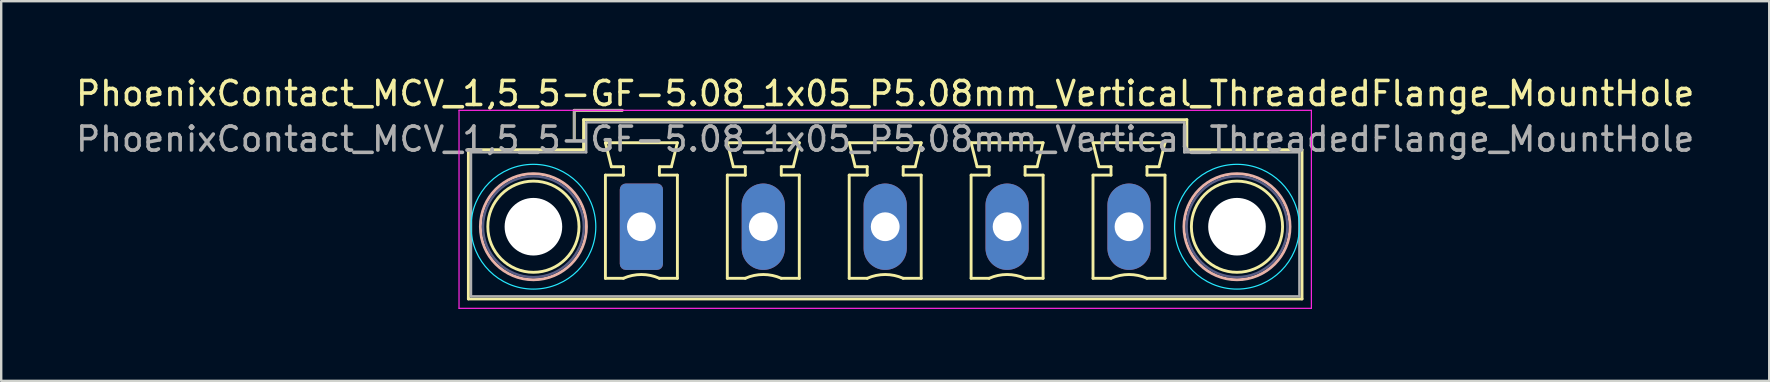
<source format=kicad_pcb>
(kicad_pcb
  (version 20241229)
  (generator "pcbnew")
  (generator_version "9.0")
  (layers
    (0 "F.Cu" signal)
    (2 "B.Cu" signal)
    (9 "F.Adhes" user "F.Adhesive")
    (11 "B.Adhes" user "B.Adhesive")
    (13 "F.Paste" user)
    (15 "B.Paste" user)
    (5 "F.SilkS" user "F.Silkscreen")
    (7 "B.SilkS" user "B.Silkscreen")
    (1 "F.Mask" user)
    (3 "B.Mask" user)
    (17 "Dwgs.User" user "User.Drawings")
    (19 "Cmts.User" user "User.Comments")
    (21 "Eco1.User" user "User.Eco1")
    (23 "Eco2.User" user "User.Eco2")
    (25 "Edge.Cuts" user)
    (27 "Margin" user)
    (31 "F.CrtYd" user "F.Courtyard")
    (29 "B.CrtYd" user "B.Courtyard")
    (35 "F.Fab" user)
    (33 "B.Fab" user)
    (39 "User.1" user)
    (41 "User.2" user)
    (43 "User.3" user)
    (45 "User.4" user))
  (footprint "PhoenixContact_MCV_1,5_5-GF-5.08_1x05_P5.08mm_Vertical_ThreadedFlange_MountHole"
    (layer "F.Cu")
    (at 23.679 6.398)
    (property "Reference" "PhoenixContact_MCV_1,5_5-GF-5.08_1x05_P5.08mm_Vertical_ThreadedFlange_MountHole" (at 10.16 -5.55 0) (layer "F.SilkS") (effects (font (size 1 1) (thickness 0.15))))
    (attr through_hole)
    (fp_line (start -7.21 -3.21) (end -7.21 3.01) (stroke (width 0.12) (type solid)) (layer "F.SilkS"))
    (fp_line (start -7.21 3.01) (end 27.53 3.01) (stroke (width 0.12) (type solid)) (layer "F.SilkS"))
    (fp_line (start -2.8 -4.85) (end -0.8 -4.85) (stroke (width 0.12) (type solid)) (layer "F.SilkS"))
    (fp_line (start -2.8 -3.6) (end -2.8 -4.85) (stroke (width 0.12) (type solid)) (layer "F.SilkS"))
    (fp_line (start -2.41 -4.46) (end -2.41 -3.21) (stroke (width 0.12) (type solid)) (layer "F.SilkS"))
    (fp_line (start -2.41 -3.21) (end -7.21 -3.21) (stroke (width 0.12) (type solid)) (layer "F.SilkS"))
    (fp_line (start -1.5 -3.5) (end 1.5 -3.5) (stroke (width 0.12) (type solid)) (layer "F.SilkS"))
    (fp_line (start -1.5 -2.15) (end -0.75 -2.15) (stroke (width 0.12) (type solid)) (layer "F.SilkS"))
    (fp_line (start -1.5 2.15) (end -1.5 -2.15) (stroke (width 0.12) (type solid)) (layer "F.SilkS"))
    (fp_line (start -1.25 -2.5) (end -1.5 -3.5) (stroke (width 0.12) (type solid)) (layer "F.SilkS"))
    (fp_line (start -0.75 -2.5) (end -1.25 -2.5) (stroke (width 0.12) (type solid)) (layer "F.SilkS"))
    (fp_line (start -0.75 -2.15) (end -0.75 -2.5) (stroke (width 0.12) (type solid)) (layer "F.SilkS"))
    (fp_line (start -0.75 2.15) (end -1.5 2.15) (stroke (width 0.12) (type solid)) (layer "F.SilkS"))
    (fp_line (start 0.75 -2.5) (end 0.75 -2.15) (stroke (width 0.12) (type solid)) (layer "F.SilkS"))
    (fp_line (start 0.75 -2.15) (end 1.5 -2.15) (stroke (width 0.12) (type solid)) (layer "F.SilkS"))
    (fp_line (start 1.25 -2.5) (end 0.75 -2.5) (stroke (width 0.12) (type solid)) (layer "F.SilkS"))
    (fp_line (start 1.5 -3.5) (end 1.25 -2.5) (stroke (width 0.12) (type solid)) (layer "F.SilkS"))
    (fp_line (start 1.5 -2.15) (end 1.5 2.15) (stroke (width 0.12) (type solid)) (layer "F.SilkS"))
    (fp_line (start 1.5 2.15) (end 0.75 2.15) (stroke (width 0.12) (type solid)) (layer "F.SilkS"))
    (fp_line (start 3.58 -3.5) (end 6.58 -3.5) (stroke (width 0.12) (type solid)) (layer "F.SilkS"))
    (fp_line (start 3.58 -2.15) (end 4.33 -2.15) (stroke (width 0.12) (type solid)) (layer "F.SilkS"))
    (fp_line (start 3.58 2.15) (end 3.58 -2.15) (stroke (width 0.12) (type solid)) (layer "F.SilkS"))
    (fp_line (start 3.83 -2.5) (end 3.58 -3.5) (stroke (width 0.12) (type solid)) (layer "F.SilkS"))
    (fp_line (start 4.33 -2.5) (end 3.83 -2.5) (stroke (width 0.12) (type solid)) (layer "F.SilkS"))
    (fp_line (start 4.33 -2.15) (end 4.33 -2.5) (stroke (width 0.12) (type solid)) (layer "F.SilkS"))
    (fp_line (start 4.33 2.15) (end 3.58 2.15) (stroke (width 0.12) (type solid)) (layer "F.SilkS"))
    (fp_line (start 5.83 -2.5) (end 5.83 -2.15) (stroke (width 0.12) (type solid)) (layer "F.SilkS"))
    (fp_line (start 5.83 -2.15) (end 6.58 -2.15) (stroke (width 0.12) (type solid)) (layer "F.SilkS"))
    (fp_line (start 6.33 -2.5) (end 5.83 -2.5) (stroke (width 0.12) (type solid)) (layer "F.SilkS"))
    (fp_line (start 6.58 -3.5) (end 6.33 -2.5) (stroke (width 0.12) (type solid)) (layer "F.SilkS"))
    (fp_line (start 6.58 -2.15) (end 6.58 2.15) (stroke (width 0.12) (type solid)) (layer "F.SilkS"))
    (fp_line (start 6.58 2.15) (end 5.83 2.15) (stroke (width 0.12) (type solid)) (layer "F.SilkS"))
    (fp_line (start 8.66 -3.5) (end 11.66 -3.5) (stroke (width 0.12) (type solid)) (layer "F.SilkS"))
    (fp_line (start 8.66 -2.15) (end 9.41 -2.15) (stroke (width 0.12) (type solid)) (layer "F.SilkS"))
    (fp_line (start 8.66 2.15) (end 8.66 -2.15) (stroke (width 0.12) (type solid)) (layer "F.SilkS"))
    (fp_line (start 8.91 -2.5) (end 8.66 -3.5) (stroke (width 0.12) (type solid)) (layer "F.SilkS"))
    (fp_line (start 9.41 -2.5) (end 8.91 -2.5) (stroke (width 0.12) (type solid)) (layer "F.SilkS"))
    (fp_line (start 9.41 -2.15) (end 9.41 -2.5) (stroke (width 0.12) (type solid)) (layer "F.SilkS"))
    (fp_line (start 9.41 2.15) (end 8.66 2.15) (stroke (width 0.12) (type solid)) (layer "F.SilkS"))
    (fp_line (start 10.91 -2.5) (end 10.91 -2.15) (stroke (width 0.12) (type solid)) (layer "F.SilkS"))
    (fp_line (start 10.91 -2.15) (end 11.66 -2.15) (stroke (width 0.12) (type solid)) (layer "F.SilkS"))
    (fp_line (start 11.41 -2.5) (end 10.91 -2.5) (stroke (width 0.12) (type solid)) (layer "F.SilkS"))
    (fp_line (start 11.66 -3.5) (end 11.41 -2.5) (stroke (width 0.12) (type solid)) (layer "F.SilkS"))
    (fp_line (start 11.66 -2.15) (end 11.66 2.15) (stroke (width 0.12) (type solid)) (layer "F.SilkS"))
    (fp_line (start 11.66 2.15) (end 10.91 2.15) (stroke (width 0.12) (type solid)) (layer "F.SilkS"))
    (fp_line (start 13.74 -3.5) (end 16.74 -3.5) (stroke (width 0.12) (type solid)) (layer "F.SilkS"))
    (fp_line (start 13.74 -2.15) (end 14.49 -2.15) (stroke (width 0.12) (type solid)) (layer "F.SilkS"))
    (fp_line (start 13.74 2.15) (end 13.74 -2.15) (stroke (width 0.12) (type solid)) (layer "F.SilkS"))
    (fp_line (start 13.99 -2.5) (end 13.74 -3.5) (stroke (width 0.12) (type solid)) (layer "F.SilkS"))
    (fp_line (start 14.49 -2.5) (end 13.99 -2.5) (stroke (width 0.12) (type solid)) (layer "F.SilkS"))
    (fp_line (start 14.49 -2.15) (end 14.49 -2.5) (stroke (width 0.12) (type solid)) (layer "F.SilkS"))
    (fp_line (start 14.49 2.15) (end 13.74 2.15) (stroke (width 0.12) (type solid)) (layer "F.SilkS"))
    (fp_line (start 15.99 -2.5) (end 15.99 -2.15) (stroke (width 0.12) (type solid)) (layer "F.SilkS"))
    (fp_line (start 15.99 -2.15) (end 16.74 -2.15) (stroke (width 0.12) (type solid)) (layer "F.SilkS"))
    (fp_line (start 16.49 -2.5) (end 15.99 -2.5) (stroke (width 0.12) (type solid)) (layer "F.SilkS"))
    (fp_line (start 16.74 -3.5) (end 16.49 -2.5) (stroke (width 0.12) (type solid)) (layer "F.SilkS"))
    (fp_line (start 16.74 -2.15) (end 16.74 2.15) (stroke (width 0.12) (type solid)) (layer "F.SilkS"))
    (fp_line (start 16.74 2.15) (end 15.99 2.15) (stroke (width 0.12) (type solid)) (layer "F.SilkS"))
    (fp_line (start 18.82 -3.5) (end 21.82 -3.5) (stroke (width 0.12) (type solid)) (layer "F.SilkS"))
    (fp_line (start 18.82 -2.15) (end 19.57 -2.15) (stroke (width 0.12) (type solid)) (layer "F.SilkS"))
    (fp_line (start 18.82 2.15) (end 18.82 -2.15) (stroke (width 0.12) (type solid)) (layer "F.SilkS"))
    (fp_line (start 19.07 -2.5) (end 18.82 -3.5) (stroke (width 0.12) (type solid)) (layer "F.SilkS"))
    (fp_line (start 19.57 -2.5) (end 19.07 -2.5) (stroke (width 0.12) (type solid)) (layer "F.SilkS"))
    (fp_line (start 19.57 -2.15) (end 19.57 -2.5) (stroke (width 0.12) (type solid)) (layer "F.SilkS"))
    (fp_line (start 19.57 2.15) (end 18.82 2.15) (stroke (width 0.12) (type solid)) (layer "F.SilkS"))
    (fp_line (start 21.07 -2.5) (end 21.07 -2.15) (stroke (width 0.12) (type solid)) (layer "F.SilkS"))
    (fp_line (start 21.07 -2.15) (end 21.82 -2.15) (stroke (width 0.12) (type solid)) (layer "F.SilkS"))
    (fp_line (start 21.57 -2.5) (end 21.07 -2.5) (stroke (width 0.12) (type solid)) (layer "F.SilkS"))
    (fp_line (start 21.82 -3.5) (end 21.57 -2.5) (stroke (width 0.12) (type solid)) (layer "F.SilkS"))
    (fp_line (start 21.82 -2.15) (end 21.82 2.15) (stroke (width 0.12) (type solid)) (layer "F.SilkS"))
    (fp_line (start 21.82 2.15) (end 21.07 2.15) (stroke (width 0.12) (type solid)) (layer "F.SilkS"))
    (fp_line (start 22.73 -4.46) (end -2.41 -4.46) (stroke (width 0.12) (type solid)) (layer "F.SilkS"))
    (fp_line (start 22.73 -3.21) (end 22.73 -4.46) (stroke (width 0.12) (type solid)) (layer "F.SilkS"))
    (fp_line (start 27.53 -3.21) (end 22.73 -3.21) (stroke (width 0.12) (type solid)) (layer "F.SilkS"))
    (fp_line (start 27.53 3.01) (end 27.53 -3.21) (stroke (width 0.12) (type solid)) (layer "F.SilkS"))
    (fp_arc (start -0.75 2.15) (mid -0.000193 1.99191) (end 0.749647 2.149844) (stroke (width 0.12) (type solid)) (layer "F.SilkS"))
    (fp_arc (start 4.33 2.15) (mid 5.079807 1.99191) (end 5.829647 2.149844) (stroke (width 0.12) (type solid)) (layer "F.SilkS"))
    (fp_arc (start 9.41 2.15) (mid 10.159807 1.99191) (end 10.909647 2.149844) (stroke (width 0.12) (type solid)) (layer "F.SilkS"))
    (fp_arc (start 14.49 2.15) (mid 15.239807 1.99191) (end 15.989647 2.149844) (stroke (width 0.12) (type solid)) (layer "F.SilkS"))
    (fp_arc (start 19.57 2.15) (mid 20.319807 1.99191) (end 21.069647 2.149844) (stroke (width 0.12) (type solid)) (layer "F.SilkS"))
    (fp_circle (center -4.5 0) (end -2.6 0) (stroke (width 0.12) (type solid)) (fill no) (layer "F.SilkS"))
    (fp_circle (center 24.82 0) (end 26.72 0) (stroke (width 0.12) (type solid)) (fill no) (layer "F.SilkS"))
    (fp_circle (center -4.5 0) (end -2.29 0) (stroke (width 0.12) (type solid)) (fill no) (layer "B.SilkS"))
    (fp_circle (center 24.82 0) (end 27.03 0) (stroke (width 0.12) (type solid)) (fill no) (layer "B.SilkS"))
    (fp_circle (center -4.5 0) (end -1.9 0) (stroke (width 0.05) (type solid)) (fill no) (layer "B.CrtYd"))
    (fp_circle (center 24.82 0) (end 27.42 0) (stroke (width 0.05) (type solid)) (fill no) (layer "B.CrtYd"))
    (fp_line (start -7.6 -4.85) (end -7.6 3.4) (stroke (width 0.05) (type solid)) (layer "F.CrtYd"))
    (fp_line (start -7.6 3.4) (end 27.92 3.4) (stroke (width 0.05) (type solid)) (layer "F.CrtYd"))
    (fp_line (start 27.92 -4.85) (end -7.6 -4.85) (stroke (width 0.05) (type solid)) (layer "F.CrtYd"))
    (fp_line (start 27.92 3.4) (end 27.92 -4.85) (stroke (width 0.05) (type solid)) (layer "F.CrtYd"))
    (fp_circle (center -4.5 0) (end -2.4 0) (stroke (width 0.1) (type solid)) (fill no) (layer "B.Fab"))
    (fp_circle (center 24.82 0) (end 26.92 0) (stroke (width 0.1) (type solid)) (fill no) (layer "B.Fab"))
    (fp_line (start -7.1 -3.1) (end -7.1 2.9) (stroke (width 0.1) (type solid)) (layer "F.Fab"))
    (fp_line (start -7.1 2.9) (end 27.42 2.9) (stroke (width 0.1) (type solid)) (layer "F.Fab"))
    (fp_line (start -2.8 -4.85) (end -0.8 -4.85) (stroke (width 0.1) (type solid)) (layer "F.Fab"))
    (fp_line (start -2.8 -3.6) (end -2.8 -4.85) (stroke (width 0.1) (type solid)) (layer "F.Fab"))
    (fp_line (start -2.3 -4.35) (end -2.3 -3.1) (stroke (width 0.1) (type solid)) (layer "F.Fab"))
    (fp_line (start -2.3 -3.1) (end -7.1 -3.1) (stroke (width 0.1) (type solid)) (layer "F.Fab"))
    (fp_line (start 22.62 -4.35) (end -2.3 -4.35) (stroke (width 0.1) (type solid)) (layer "F.Fab"))
    (fp_line (start 22.62 -3.1) (end 22.62 -4.35) (stroke (width 0.1) (type solid)) (layer "F.Fab"))
    (fp_line (start 27.42 -3.1) (end 22.62 -3.1) (stroke (width 0.1) (type solid)) (layer "F.Fab"))
    (fp_line (start 27.42 2.9) (end 27.42 -3.1) (stroke (width 0.1) (type solid)) (layer "F.Fab"))
    (fp_text user "${REFERENCE}" (at 10.16 -3.65 0) (layer "F.Fab") (effects (font (size 1 1) (thickness 0.15))))
    (pad "" np_thru_hole circle (at -4.5 0) (size 2.4 2.4) (drill 2.4) (layers "*.Cu" "*.Mask"))
    (pad "" np_thru_hole circle (at 24.82 0) (size 2.4 2.4) (drill 2.4) (layers "*.Cu" "*.Mask"))
    (pad "1" thru_hole roundrect (at 0 0) (size 1.8 3.6) (drill 1.2) (layers "*.Cu" "*.Mask") (roundrect_rratio 0.139))
    (pad "2" thru_hole oval (at 5.08 0) (size 1.8 3.6) (drill 1.2) (layers "*.Cu" "*.Mask"))
    (pad "3" thru_hole oval (at 10.16 0) (size 1.8 3.6) (drill 1.2) (layers "*.Cu" "*.Mask"))
    (pad "4" thru_hole oval (at 15.24 0) (size 1.8 3.6) (drill 1.2) (layers "*.Cu" "*.Mask"))
    (pad "5" thru_hole oval (at 20.32 0) (size 1.8 3.6) (drill 1.2) (layers "*.Cu" "*.Mask")))
  (gr_rect
    (start -3 -3)
    (end 70.679 12.823)
    (stroke (width 0.1) (type default))
    (fill no)
    (layer "Edge.Cuts")))
</source>
